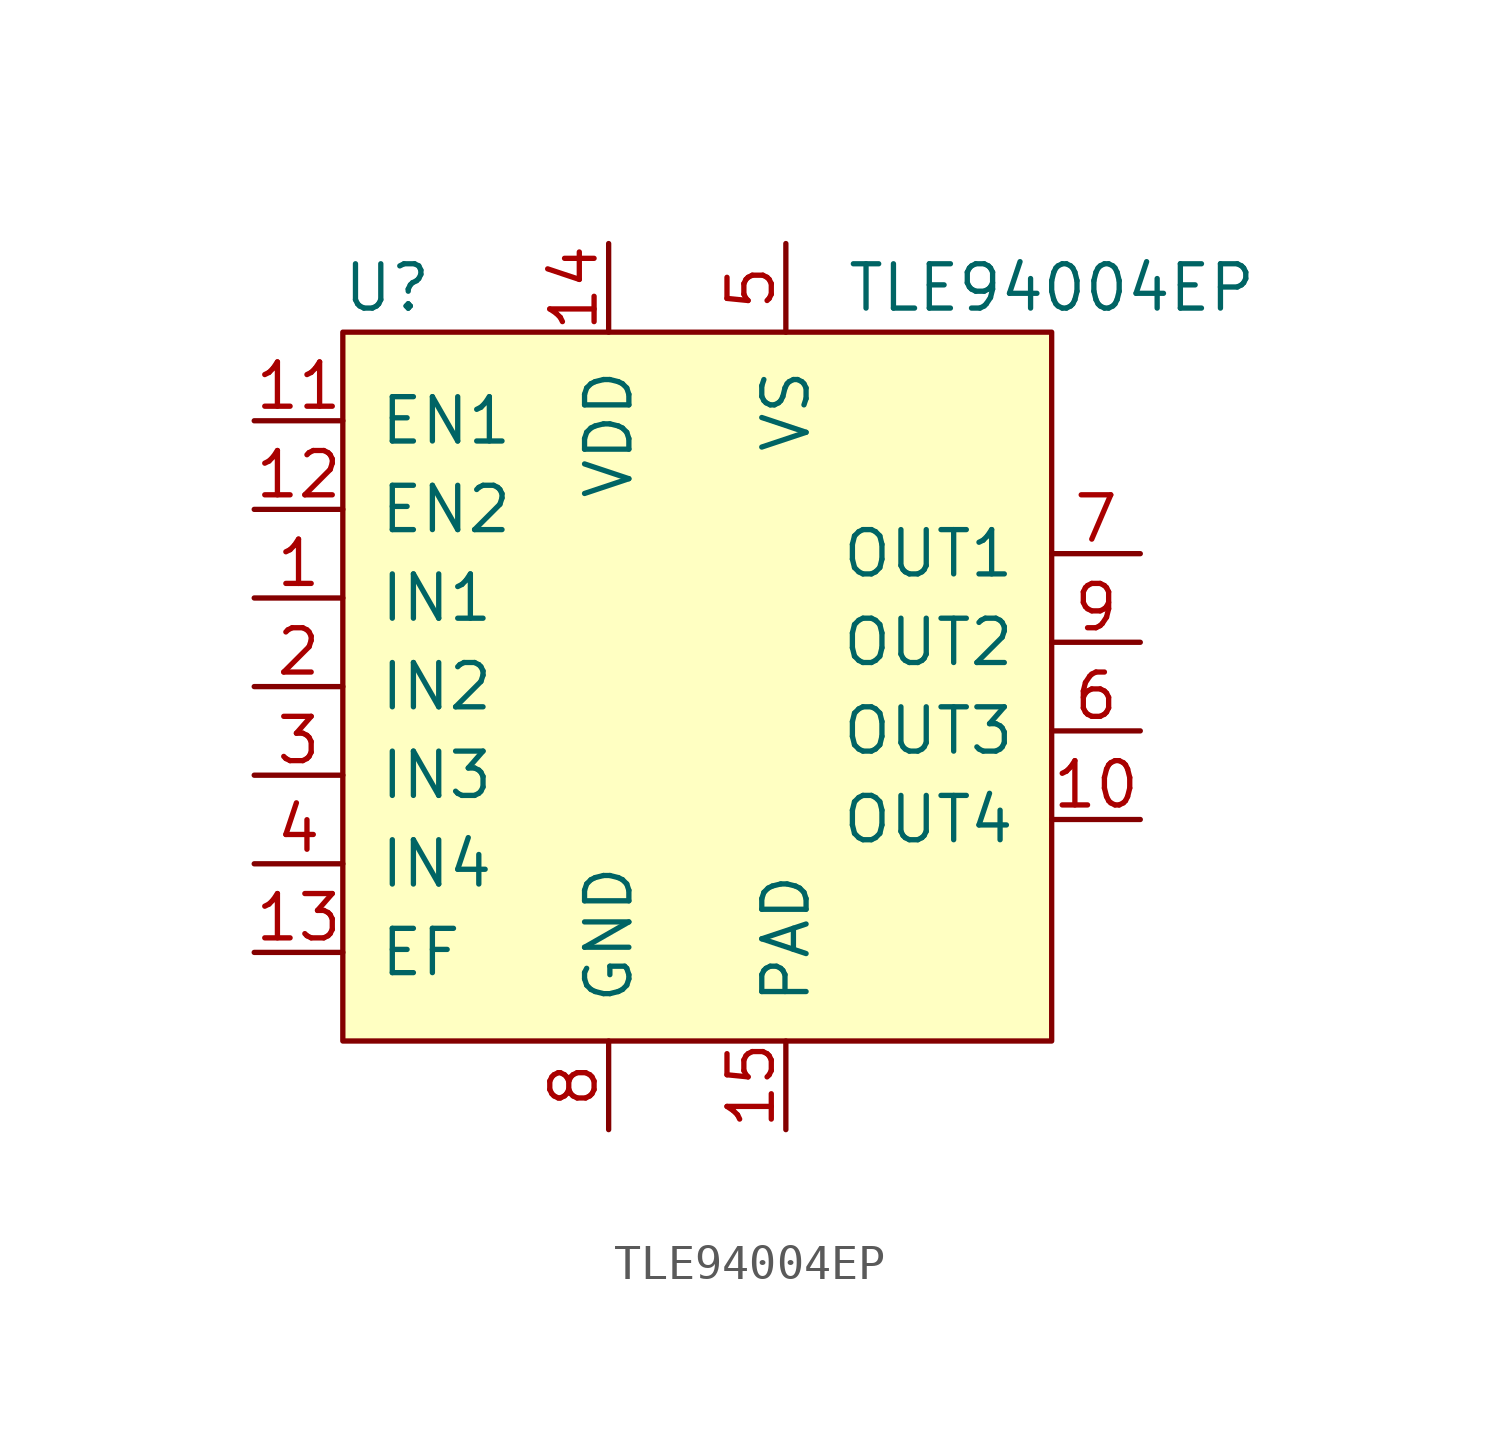
<source format=kicad_sym>
(kicad_symbol_lib
  (version 20201005)
  (generator kicad_symbol_editor)
  (symbol "TLE94004EP"
    (pin_names
      (offset 1.016))
    (property "Reference" "U"
      (at -8.89 11.43 0)
      (effects (font (size 1.27 1.27))))
    (property "Value" "TLE94004EP"
      (at 10.16 11.43 0)
      (effects (font (size 1.27 1.27))))
    (symbol "TLE94004EP_0_1"
      (rectangle (start -10.16 10.16) (end 10.16 -10.16) (stroke (width 0)) (fill (type background))))
    (symbol "TLE94004EP_1_1"
      (pin input line (at -12.7 2.54 0) (length 2.54) (name "IN1" (effects (font (size 1.27 1.27)))) (number "1" (effects (font (size 1.27 1.27)))))
      (pin output line (at 12.7 -3.81 180) (length 2.54) (name "OUT4" (effects (font (size 1.27 1.27)))) (number "10" (effects (font (size 1.27 1.27)))))
      (pin input line (at -12.7 7.62 0) (length 2.54) (name "EN1" (effects (font (size 1.27 1.27)))) (number "11" (effects (font (size 1.27 1.27)))))
      (pin input line (at -12.7 5.08 0) (length 2.54) (name "EN2" (effects (font (size 1.27 1.27)))) (number "12" (effects (font (size 1.27 1.27)))))
      (pin output line (at -12.7 -7.62 0) (length 2.54) (name "EF" (effects (font (size 1.27 1.27)))) (number "13" (effects (font (size 1.27 1.27)))))
      (pin power_in line (at -2.54 12.7 270) (length 2.54) (name "VDD" (effects (font (size 1.27 1.27)))) (number "14" (effects (font (size 1.27 1.27)))))
      (pin power_in line (at 2.54 -12.7 90) (length 2.54) (name "PAD" (effects (font (size 1.27 1.27)))) (number "15" (effects (font (size 1.27 1.27)))))
      (pin input line (at -12.7 0 0) (length 2.54) (name "IN2" (effects (font (size 1.27 1.27)))) (number "2" (effects (font (size 1.27 1.27)))))
      (pin input line (at -12.7 -2.54 0) (length 2.54) (name "IN3" (effects (font (size 1.27 1.27)))) (number "3" (effects (font (size 1.27 1.27)))))
      (pin input line (at -12.7 -5.08 0) (length 2.54) (name "IN4" (effects (font (size 1.27 1.27)))) (number "4" (effects (font (size 1.27 1.27)))))
      (pin power_in line (at 2.54 12.7 270) (length 2.54) (name "VS" (effects (font (size 1.27 1.27)))) (number "5" (effects (font (size 1.27 1.27)))))
      (pin output line (at 12.7 -1.27 180) (length 2.54) (name "OUT3" (effects (font (size 1.27 1.27)))) (number "6" (effects (font (size 1.27 1.27)))))
      (pin output line (at 12.7 3.81 180) (length 2.54) (name "OUT1" (effects (font (size 1.27 1.27)))) (number "7" (effects (font (size 1.27 1.27)))))
      (pin power_in line (at -2.54 -12.7 90) (length 2.54) (name "GND" (effects (font (size 1.27 1.27)))) (number "8" (effects (font (size 1.27 1.27)))))
      (pin output line (at 12.7 1.27 180) (length 2.54) (name "OUT2" (effects (font (size 1.27 1.27)))) (number "9" (effects (font (size 1.27 1.27))))))))
</source>
